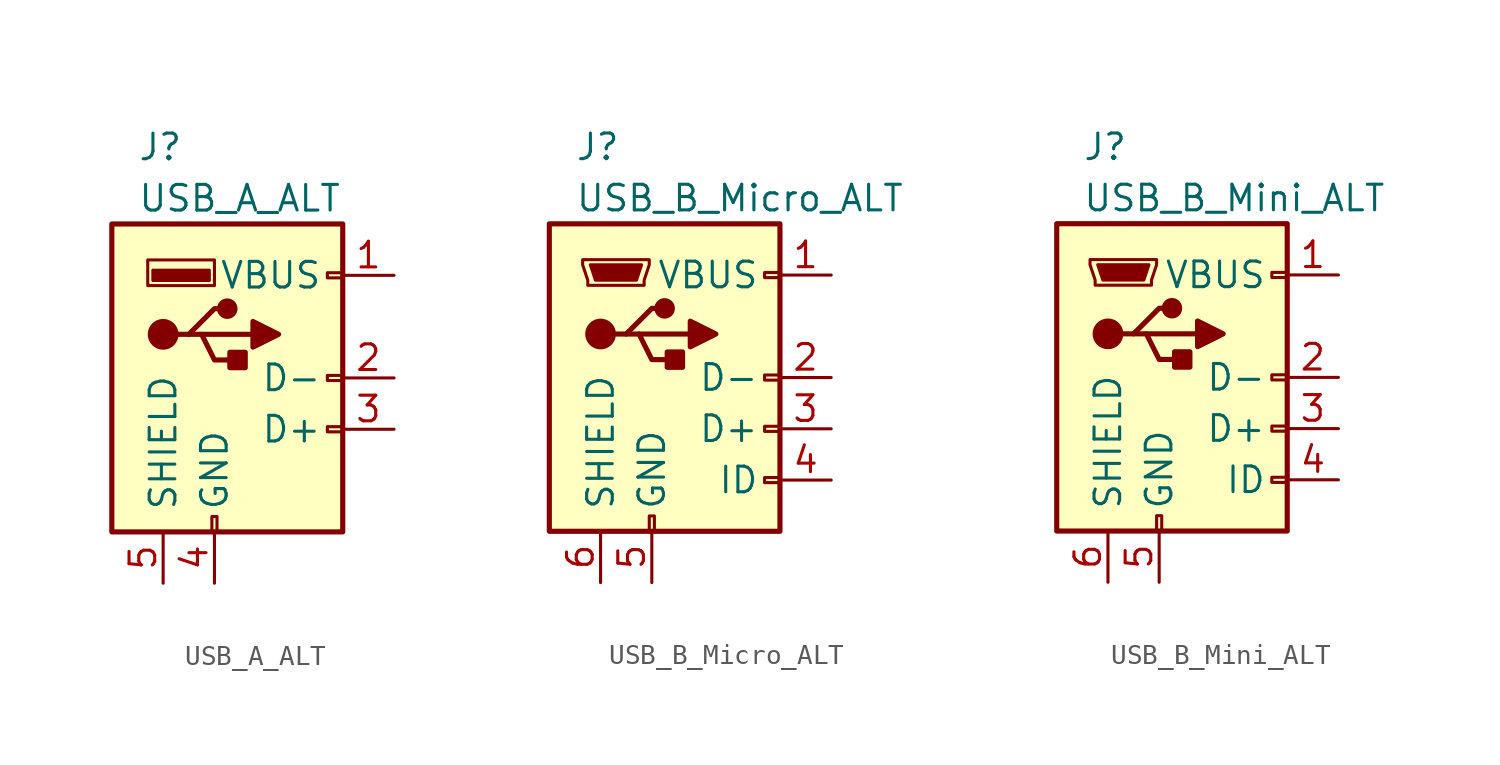
<source format=kicad_sym>
(kicad_symbol_lib
  (version 20211014)
  (generator kicad_symbol_editor)
  (symbol "USB_A_ALT"
    (pin_names
      (offset 1.016))
    (property "Reference" "J"
      (at -5.08 11.43 0)
      (effects (font (size 1.27 1.27)) (justify left)))
    (property "Value" "USB_A_ALT"
      (at -5.08 8.89 0)
      (effects (font (size 1.27 1.27)) (justify left)))
    (symbol "USB_A_ALT_0_1"
      (rectangle (start -6.35 -7.62) (end 5.08 7.62) (stroke (width 0.254) (type default) (color 0 0 0 0)) (fill (type background)))
      (circle (center -3.81 2.159) (radius 0.635) (stroke (width 0.254) (type default) (color 0 0 0 0)) (fill (type outline)))
      (rectangle (start -1.524 4.826) (end -4.318 5.334) (stroke (width 0) (type default) (color 0 0 0 0)) (fill (type outline)))
      (rectangle (start -1.397 -7.62) (end -1.143 -6.858) (stroke (width 0) (type default) (color 0 0 0 0)) (fill (type none)))
      (rectangle (start -1.27 4.572) (end -4.572 5.842) (stroke (width 0) (type default) (color 0 0 0 0)) (fill (type none)))
      (circle (center -0.635 3.429) (radius 0.381) (stroke (width 0.254) (type default) (color 0 0 0 0)) (fill (type outline)))
      (polyline (pts (xy -3.175 2.159) (xy -2.54 2.159) (xy -1.27 3.429) (xy -0.635 3.429)) (stroke (width 0.254) (type default) (color 0 0 0 0)) (fill (type none)))
      (polyline (pts (xy -2.54 2.159) (xy -1.905 2.159) (xy -1.27 0.889) (xy 0 0.889)) (stroke (width 0.254) (type default) (color 0 0 0 0)) (fill (type none)))
      (polyline (pts (xy 0.635 2.794) (xy 0.635 1.524) (xy 1.905 2.159) (xy 0.635 2.794)) (stroke (width 0.254) (type default) (color 0 0 0 0)) (fill (type outline)))
      (rectangle (start 0.254 1.27) (end -0.508 0.508) (stroke (width 0.254) (type default) (color 0 0 0 0)) (fill (type outline)))
      (rectangle (start 5.08 -2.667) (end 4.318 -2.413) (stroke (width 0) (type default) (color 0 0 0 0)) (fill (type none)))
      (rectangle (start 5.08 -0.127) (end 4.318 0.127) (stroke (width 0) (type default) (color 0 0 0 0)) (fill (type none)))
      (rectangle (start 5.08 4.953) (end 4.318 5.207) (stroke (width 0) (type default) (color 0 0 0 0)) (fill (type none))))
    (symbol "USB_A_ALT_1_1"
      (polyline (pts (xy -1.905 2.159) (xy 0.635 2.159)) (stroke (width 0.254) (type default) (color 0 0 0 0)) (fill (type none)))
      (pin power_in line (at 7.62 5.08 180) (length 2.54) (name "VBUS" (effects (font (size 1.27 1.27)))) (number "1" (effects (font (size 1.27 1.27)))))
      (pin passive line (at 7.62 0 180) (length 2.54) (name "D-" (effects (font (size 1.27 1.27)))) (number "2" (effects (font (size 1.27 1.27)))))
      (pin passive line (at 7.62 -2.54 180) (length 2.54) (name "D+" (effects (font (size 1.27 1.27)))) (number "3" (effects (font (size 1.27 1.27)))))
      (pin power_in line (at -1.27 -10.16 90) (length 2.54) (name "GND" (effects (font (size 1.27 1.27)))) (number "4" (effects (font (size 1.27 1.27)))))
      (pin passive line (at -3.81 -10.16 90) (length 2.54) (name "SHIELD" (effects (font (size 1.27 1.27)))) (number "5" (effects (font (size 1.27 1.27)))))))
  (symbol "USB_B_Micro_ALT"
    (pin_names
      (offset 1.016))
    (property "Reference" "J"
      (at -5.08 11.43 0)
      (effects (font (size 1.27 1.27)) (justify left)))
    (property "Value" "USB_B_Micro_ALT"
      (at -5.08 8.89 0)
      (effects (font (size 1.27 1.27)) (justify left)))
    (symbol "USB_B_Micro_ALT_0_1"
      (rectangle (start -6.35 -7.62) (end 5.08 7.62) (stroke (width 0.254) (type default) (color 0 0 0 0)) (fill (type background)))
      (circle (center -3.81 2.159) (radius 0.635) (stroke (width 0.254) (type default) (color 0 0 0 0)) (fill (type outline)))
      (rectangle (start -1.397 -7.62) (end -1.143 -6.858) (stroke (width 0) (type default) (color 0 0 0 0)) (fill (type none)))
      (circle (center -0.635 3.429) (radius 0.381) (stroke (width 0.254) (type default) (color 0 0 0 0)) (fill (type outline)))
      (polyline (pts (xy -1.905 2.159) (xy 0.635 2.159)) (stroke (width 0.254) (type default) (color 0 0 0 0)) (fill (type none)))
      (polyline (pts (xy -3.175 2.159) (xy -2.54 2.159) (xy -1.27 3.429) (xy -0.635 3.429)) (stroke (width 0.254) (type default) (color 0 0 0 0)) (fill (type none)))
      (polyline (pts (xy -2.54 2.159) (xy -1.905 2.159) (xy -1.27 0.889) (xy 0 0.889)) (stroke (width 0.254) (type default) (color 0 0 0 0)) (fill (type none)))
      (polyline (pts (xy 0.635 2.794) (xy 0.635 1.524) (xy 1.905 2.159) (xy 0.635 2.794)) (stroke (width 0.254) (type default) (color 0 0 0 0)) (fill (type outline)))
      (polyline (pts (xy -4.318 5.588) (xy -1.778 5.588) (xy -2.032 4.826) (xy -4.064 4.826) (xy -4.318 5.588)) (stroke (width 0) (type default) (color 0 0 0 0)) (fill (type outline)))
      (polyline (pts (xy -4.699 5.842) (xy -4.699 5.588) (xy -4.445 4.826) (xy -4.445 4.572) (xy -1.651 4.572) (xy -1.651 4.826) (xy -1.397 5.588) (xy -1.397 5.842) (xy -4.699 5.842)) (stroke (width 0) (type default) (color 0 0 0 0)) (fill (type none)))
      (rectangle (start 0.254 1.27) (end -0.508 0.508) (stroke (width 0.254) (type default) (color 0 0 0 0)) (fill (type outline)))
      (rectangle (start 5.08 -5.207) (end 4.318 -4.953) (stroke (width 0) (type default) (color 0 0 0 0)) (fill (type none)))
      (rectangle (start 5.08 -2.667) (end 4.318 -2.413) (stroke (width 0) (type default) (color 0 0 0 0)) (fill (type none)))
      (rectangle (start 5.08 -0.127) (end 4.318 0.127) (stroke (width 0) (type default) (color 0 0 0 0)) (fill (type none)))
      (rectangle (start 5.08 4.953) (end 4.318 5.207) (stroke (width 0) (type default) (color 0 0 0 0)) (fill (type none))))
    (symbol "USB_B_Micro_ALT_1_1"
      (pin power_out line (at 7.62 5.08 180) (length 2.54) (name "VBUS" (effects (font (size 1.27 1.27)))) (number "1" (effects (font (size 1.27 1.27)))))
      (pin passive line (at 7.62 0 180) (length 2.54) (name "D-" (effects (font (size 1.27 1.27)))) (number "2" (effects (font (size 1.27 1.27)))))
      (pin passive line (at 7.62 -2.54 180) (length 2.54) (name "D+" (effects (font (size 1.27 1.27)))) (number "3" (effects (font (size 1.27 1.27)))))
      (pin passive line (at 7.62 -5.08 180) (length 2.54) (name "ID" (effects (font (size 1.27 1.27)))) (number "4" (effects (font (size 1.27 1.27)))))
      (pin power_out line (at -1.27 -10.16 90) (length 2.54) (name "GND" (effects (font (size 1.27 1.27)))) (number "5" (effects (font (size 1.27 1.27)))))
      (pin passive line (at -3.81 -10.16 90) (length 2.54) (name "SHIELD" (effects (font (size 1.27 1.27)))) (number "6" (effects (font (size 1.27 1.27)))))))
  (symbol "USB_B_Mini_ALT"
    (pin_names
      (offset 1.016))
    (property "Reference" "J"
      (at -5.08 11.43 0)
      (effects (font (size 1.27 1.27)) (justify left)))
    (property "Value" "USB_B_Mini_ALT"
      (at -5.08 8.89 0)
      (effects (font (size 1.27 1.27)) (justify left)))
    (symbol "USB_B_Mini_ALT_0_1"
      (rectangle (start -6.35 -7.62) (end 5.08 7.62) (stroke (width 0.254) (type default) (color 0 0 0 0)) (fill (type background)))
      (circle (center -3.81 2.159) (radius 0.635) (stroke (width 0.254) (type default) (color 0 0 0 0)) (fill (type outline)))
      (rectangle (start -1.397 -7.62) (end -1.143 -6.858) (stroke (width 0) (type default) (color 0 0 0 0)) (fill (type none)))
      (circle (center -0.635 3.429) (radius 0.381) (stroke (width 0.254) (type default) (color 0 0 0 0)) (fill (type outline)))
      (polyline (pts (xy -1.905 2.159) (xy 0.635 2.159)) (stroke (width 0.254) (type default) (color 0 0 0 0)) (fill (type none)))
      (polyline (pts (xy -3.175 2.159) (xy -2.54 2.159) (xy -1.27 3.429) (xy -0.635 3.429)) (stroke (width 0.254) (type default) (color 0 0 0 0)) (fill (type none)))
      (polyline (pts (xy -2.54 2.159) (xy -1.905 2.159) (xy -1.27 0.889) (xy 0 0.889)) (stroke (width 0.254) (type default) (color 0 0 0 0)) (fill (type none)))
      (polyline (pts (xy 0.635 2.794) (xy 0.635 1.524) (xy 1.905 2.159) (xy 0.635 2.794)) (stroke (width 0.254) (type default) (color 0 0 0 0)) (fill (type outline)))
      (polyline (pts (xy -4.318 5.588) (xy -1.778 5.588) (xy -2.032 4.826) (xy -4.064 4.826) (xy -4.318 5.588)) (stroke (width 0) (type default) (color 0 0 0 0)) (fill (type outline)))
      (polyline (pts (xy -4.699 5.842) (xy -4.699 5.588) (xy -4.445 4.826) (xy -4.445 4.572) (xy -1.651 4.572) (xy -1.651 4.826) (xy -1.397 5.588) (xy -1.397 5.842) (xy -4.699 5.842)) (stroke (width 0) (type default) (color 0 0 0 0)) (fill (type none)))
      (rectangle (start 0.254 1.27) (end -0.508 0.508) (stroke (width 0.254) (type default) (color 0 0 0 0)) (fill (type outline)))
      (rectangle (start 5.08 -5.207) (end 4.318 -4.953) (stroke (width 0) (type default) (color 0 0 0 0)) (fill (type none)))
      (rectangle (start 5.08 -2.667) (end 4.318 -2.413) (stroke (width 0) (type default) (color 0 0 0 0)) (fill (type none)))
      (rectangle (start 5.08 -0.127) (end 4.318 0.127) (stroke (width 0) (type default) (color 0 0 0 0)) (fill (type none)))
      (rectangle (start 5.08 4.953) (end 4.318 5.207) (stroke (width 0) (type default) (color 0 0 0 0)) (fill (type none))))
    (symbol "USB_B_Mini_ALT_1_1"
      (pin power_out line (at 7.62 5.08 180) (length 2.54) (name "VBUS" (effects (font (size 1.27 1.27)))) (number "1" (effects (font (size 1.27 1.27)))))
      (pin passive line (at 7.62 0 180) (length 2.54) (name "D-" (effects (font (size 1.27 1.27)))) (number "2" (effects (font (size 1.27 1.27)))))
      (pin passive line (at 7.62 -2.54 180) (length 2.54) (name "D+" (effects (font (size 1.27 1.27)))) (number "3" (effects (font (size 1.27 1.27)))))
      (pin passive line (at 7.62 -5.08 180) (length 2.54) (name "ID" (effects (font (size 1.27 1.27)))) (number "4" (effects (font (size 1.27 1.27)))))
      (pin power_out line (at -1.27 -10.16 90) (length 2.54) (name "GND" (effects (font (size 1.27 1.27)))) (number "5" (effects (font (size 1.27 1.27)))))
      (pin passive line (at -3.81 -10.16 90) (length 2.54) (name "SHIELD" (effects (font (size 1.27 1.27)))) (number "6" (effects (font (size 1.27 1.27))))))))
</source>
